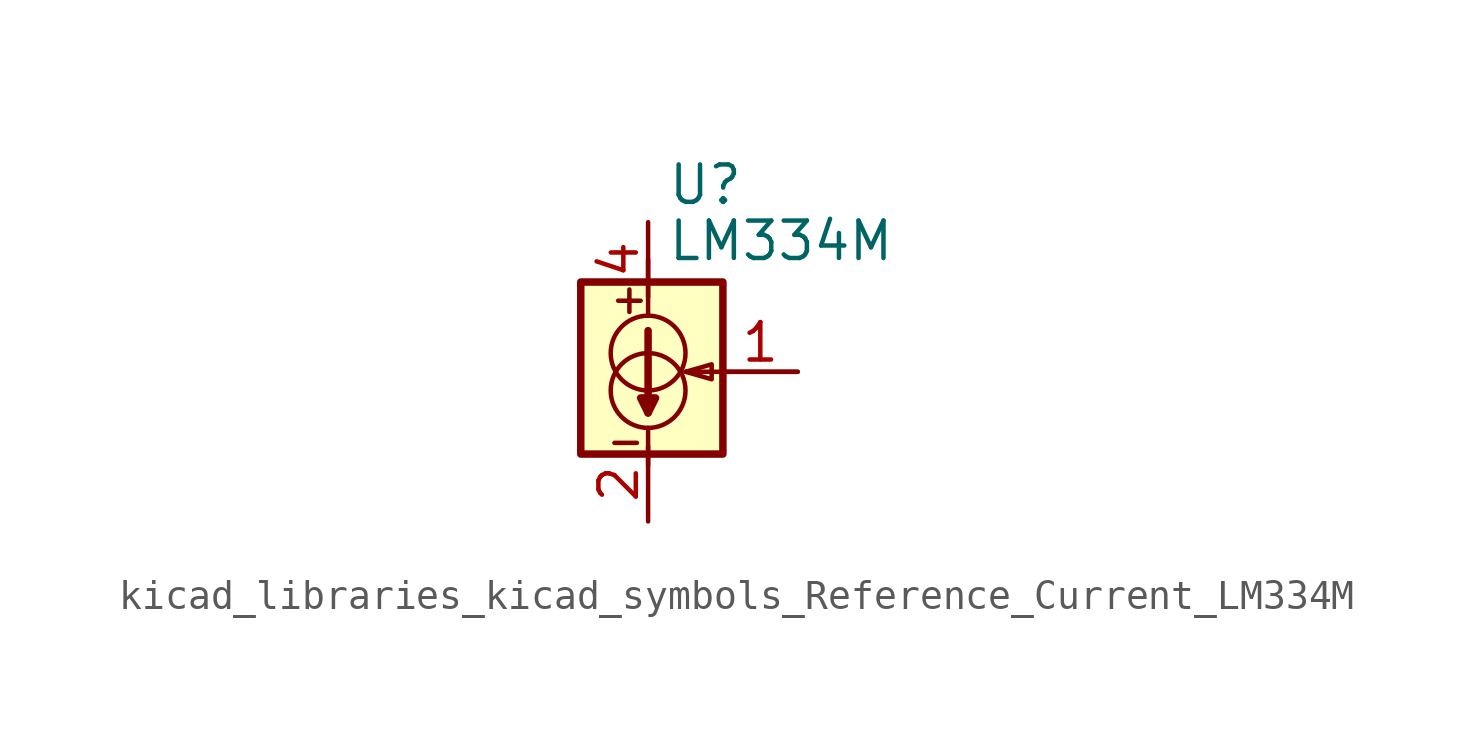
<source format=kicad_sym>
(kicad_symbol_lib
  (version 20220914)
  (generator kicad_symbol_editor)
  (symbol "kicad_libraries_kicad_symbols_Reference_Current_LM334M"
    (property "Reference" "U"
      (at 0.635 6.35 0)
      (effects (font (size 1.27 1.27)) (justify left)))
    (property "Value" "LM334M"
      (at 0.635 4.445 0)
      (effects (font (size 1.27 1.27)) (justify left)))
    (symbol "kicad_libraries_kicad_symbols_Reference_Current_LM334M_0_1"
      (rectangle (start -2.286 3.048) (end 2.54 -2.794) (stroke (width 0.254) (type default)) (fill (type background)))
      (circle (center 0 -0.635) (radius 1.27) (stroke (width 0) (type default)) (fill (type none)))
      (polyline (pts (xy -1.143 -2.413) (xy -0.381 -2.413)) (stroke (width 0) (type default)) (fill (type none)))
      (polyline (pts (xy -1.016 2.413) (xy -0.254 2.413)) (stroke (width 0) (type default)) (fill (type none)))
      (polyline (pts (xy -0.635 2.794) (xy -0.635 2.032)) (stroke (width 0) (type default)) (fill (type none)))
      (polyline (pts (xy 0 -1.905) (xy 0 -3.175)) (stroke (width 0) (type default)) (fill (type none)))
      (polyline (pts (xy 0 1.397) (xy 0 -1.397)) (stroke (width 0.254) (type default)) (fill (type none)))
      (polyline (pts (xy 0 3.81) (xy 0 1.905)) (stroke (width 0) (type default)) (fill (type none)))
      (polyline (pts (xy 5.08 0) (xy 1.27 0)) (stroke (width 0) (type default)) (fill (type none)))
      (polyline (pts (xy 0 -1.397) (xy -0.254 -0.889) (xy 0.254 -0.889) (xy 0 -1.397)) (stroke (width 0.254) (type default)) (fill (type none)))
      (polyline (pts (xy 1.27 0) (xy 2.159 0.254) (xy 2.159 -0.254) (xy 1.27 0)) (stroke (width 0) (type default)) (fill (type none)))
      (circle (center 0 0.635) (radius 1.27) (stroke (width 0) (type default)) (fill (type none))))
    (symbol "kicad_libraries_kicad_symbols_Reference_Current_LM334M_1_1"
      (pin passive line (at 5.08 0 180) (length 2.54) (name "~" (effects (font (size 1.27 1.27)))) (number "1" (effects (font (size 1.27 1.27)))))
      (pin passive line (at 0 -5.08 90) (length 2.54) (name "~" (effects (font (size 1.27 1.27)))) (number "2" (effects (font (size 1.27 1.27)))))
      (pin passive line (at 0 -5.08 90) (length 2.54) hide (name "~" (effects (font (size 1.27 1.27)))) (number "3" (effects (font (size 1.27 1.27)))))
      (pin passive line (at 0 5.08 270) (length 2.54) (name "~" (effects (font (size 1.27 1.27)))) (number "4" (effects (font (size 1.27 1.27)))))
      (pin passive line (at 0 -5.08 90) (length 2.54) hide (name "~" (effects (font (size 1.27 1.27)))) (number "6" (effects (font (size 1.27 1.27)))))
      (pin passive line (at 0 -5.08 90) (length 2.54) hide (name "~" (effects (font (size 1.27 1.27)))) (number "7" (effects (font (size 1.27 1.27))))))))
</source>
